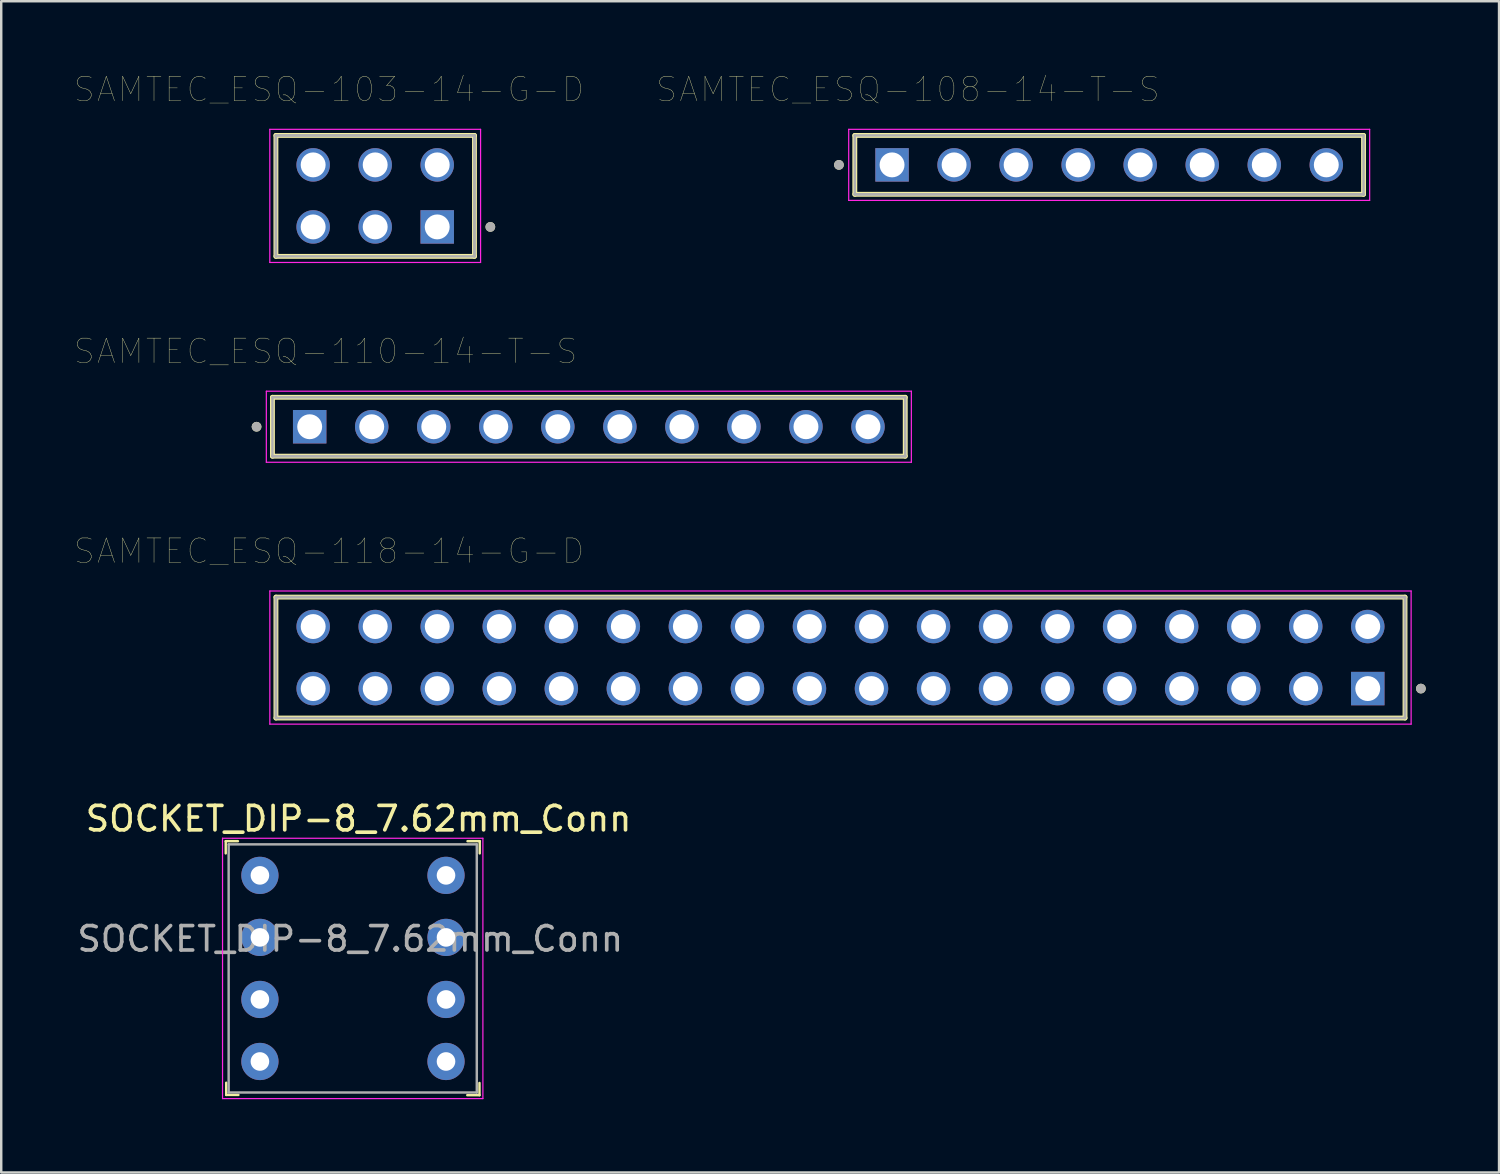
<source format=kicad_pcb>
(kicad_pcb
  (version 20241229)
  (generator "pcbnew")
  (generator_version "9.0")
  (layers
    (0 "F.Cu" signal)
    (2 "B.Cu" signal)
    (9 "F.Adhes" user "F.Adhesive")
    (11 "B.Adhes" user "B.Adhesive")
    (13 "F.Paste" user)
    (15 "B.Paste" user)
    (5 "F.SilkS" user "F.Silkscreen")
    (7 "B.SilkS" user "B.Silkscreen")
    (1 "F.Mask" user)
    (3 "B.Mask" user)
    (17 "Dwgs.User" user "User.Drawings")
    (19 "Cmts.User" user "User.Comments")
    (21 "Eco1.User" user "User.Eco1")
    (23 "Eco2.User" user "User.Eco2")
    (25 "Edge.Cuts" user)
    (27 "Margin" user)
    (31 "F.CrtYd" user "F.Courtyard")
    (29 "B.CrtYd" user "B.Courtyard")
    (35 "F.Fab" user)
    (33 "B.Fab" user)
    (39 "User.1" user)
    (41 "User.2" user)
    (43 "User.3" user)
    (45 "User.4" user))
  (footprint "SAMTEC_ESQ-108-14-T-S"
    (layer "F.Cu")
    (at 33.475 3.701)
    (property "Reference" "SAMTEC_ESQ-108-14-T-S" (at 0.65 -3.09 0) (layer "F.SilkS") (effects (font (size 1 1) (thickness 0.015))))
    (attr through_hole)
    (fp_line (start -1.525 1.205) (end -1.525 -1.205) (stroke (width 0.2) (type solid)) (layer "F.SilkS"))
    (fp_line (start 19.305 -1.205) (end -1.525 -1.205) (stroke (width 0.2) (type solid)) (layer "F.SilkS"))
    (fp_line (start 19.305 -1.205) (end 19.305 1.205) (stroke (width 0.2) (type solid)) (layer "F.SilkS"))
    (fp_line (start 19.305 1.205) (end -1.525 1.205) (stroke (width 0.2) (type solid)) (layer "F.SilkS"))
    (fp_circle (center -2.175 0) (end -2.075 0) (stroke (width 0.2) (type solid)) (fill no) (layer "F.SilkS"))
    (fp_line (start -1.775 -1.455) (end 19.555 -1.455) (stroke (width 0.05) (type solid)) (layer "F.CrtYd"))
    (fp_line (start -1.775 1.455) (end -1.775 -1.455) (stroke (width 0.05) (type solid)) (layer "F.CrtYd"))
    (fp_line (start 19.555 -1.455) (end 19.555 1.455) (stroke (width 0.05) (type solid)) (layer "F.CrtYd"))
    (fp_line (start 19.555 1.455) (end -1.775 1.455) (stroke (width 0.05) (type solid)) (layer "F.CrtYd"))
    (fp_line (start -1.525 -1.205) (end 19.305 -1.205) (stroke (width 0.1) (type solid)) (layer "F.Fab"))
    (fp_line (start -1.525 1.205) (end -1.525 -1.205) (stroke (width 0.1) (type solid)) (layer "F.Fab"))
    (fp_line (start -1.525 1.205) (end -1.525 1.205) (stroke (width 0.1) (type solid)) (layer "F.Fab"))
    (fp_line (start -1.525 1.205) (end 19.305 1.205) (stroke (width 0.1) (type solid)) (layer "F.Fab"))
    (fp_line (start 19.305 -1.205) (end 19.305 1.205) (stroke (width 0.1) (type solid)) (layer "F.Fab"))
    (fp_line (start 19.305 1.205) (end -1.525 1.205) (stroke (width 0.1) (type solid)) (layer "F.Fab"))
    (fp_line (start 19.305 1.205) (end 19.305 1.205) (stroke (width 0.1) (type solid)) (layer "F.Fab"))
    (fp_circle (center -2.175 0) (end -2.075 0) (stroke (width 0.2) (type solid)) (fill no) (layer "F.Fab"))
    (pad "01" thru_hole rect (at 0 0) (size 1.37 1.37) (drill 1.02) (layers "*.Cu" "*.Mask"))
    (pad "02" thru_hole circle (at 2.54 0) (size 1.37 1.37) (drill 1.02) (layers "*.Cu" "*.Mask"))
    (pad "03" thru_hole circle (at 5.08 0) (size 1.37 1.37) (drill 1.02) (layers "*.Cu" "*.Mask"))
    (pad "04" thru_hole circle (at 7.62 0) (size 1.37 1.37) (drill 1.02) (layers "*.Cu" "*.Mask"))
    (pad "05" thru_hole circle (at 10.16 0) (size 1.37 1.37) (drill 1.02) (layers "*.Cu" "*.Mask"))
    (pad "06" thru_hole circle (at 12.7 0) (size 1.37 1.37) (drill 1.02) (layers "*.Cu" "*.Mask"))
    (pad "07" thru_hole circle (at 15.24 0) (size 1.37 1.37) (drill 1.02) (layers "*.Cu" "*.Mask"))
    (pad "08" thru_hole circle (at 17.78 0) (size 1.37 1.37) (drill 1.02) (layers "*.Cu" "*.Mask")))
  (footprint "SAMTEC_ESQ-110-14-T-S"
    (layer "F.Cu")
    (at 9.63 14.423)
    (property "Reference" "SAMTEC_ESQ-110-14-T-S" (at 0.65 -3.09 0) (layer "F.SilkS") (effects (font (size 1 1) (thickness 0.015))))
    (attr through_hole)
    (fp_line (start -1.525 1.205) (end -1.525 -1.205) (stroke (width 0.2) (type solid)) (layer "F.SilkS"))
    (fp_line (start 24.385 -1.205) (end -1.525 -1.205) (stroke (width 0.2) (type solid)) (layer "F.SilkS"))
    (fp_line (start 24.385 -1.205) (end 24.385 1.205) (stroke (width 0.2) (type solid)) (layer "F.SilkS"))
    (fp_line (start 24.385 1.205) (end -1.525 1.205) (stroke (width 0.2) (type solid)) (layer "F.SilkS"))
    (fp_circle (center -2.175 0) (end -2.075 0) (stroke (width 0.2) (type solid)) (fill no) (layer "F.SilkS"))
    (fp_line (start -1.775 -1.455) (end 24.635 -1.455) (stroke (width 0.05) (type solid)) (layer "F.CrtYd"))
    (fp_line (start -1.775 1.455) (end -1.775 -1.455) (stroke (width 0.05) (type solid)) (layer "F.CrtYd"))
    (fp_line (start 24.635 -1.455) (end 24.635 1.455) (stroke (width 0.05) (type solid)) (layer "F.CrtYd"))
    (fp_line (start 24.635 1.455) (end -1.775 1.455) (stroke (width 0.05) (type solid)) (layer "F.CrtYd"))
    (fp_line (start -1.525 -1.205) (end 24.385 -1.205) (stroke (width 0.1) (type solid)) (layer "F.Fab"))
    (fp_line (start -1.525 1.205) (end -1.525 -1.205) (stroke (width 0.1) (type solid)) (layer "F.Fab"))
    (fp_line (start -1.525 1.205) (end -1.525 1.205) (stroke (width 0.1) (type solid)) (layer "F.Fab"))
    (fp_line (start -1.525 1.205) (end 24.385 1.205) (stroke (width 0.1) (type solid)) (layer "F.Fab"))
    (fp_line (start 24.385 -1.205) (end 24.385 1.205) (stroke (width 0.1) (type solid)) (layer "F.Fab"))
    (fp_line (start 24.385 1.205) (end -1.525 1.205) (stroke (width 0.1) (type solid)) (layer "F.Fab"))
    (fp_line (start 24.385 1.205) (end 24.385 1.205) (stroke (width 0.1) (type solid)) (layer "F.Fab"))
    (fp_circle (center -2.175 0) (end -2.075 0) (stroke (width 0.2) (type solid)) (fill no) (layer "F.Fab"))
    (pad "01" thru_hole rect (at 0 0) (size 1.37 1.37) (drill 1.02) (layers "*.Cu" "*.Mask"))
    (pad "02" thru_hole circle (at 2.54 0) (size 1.37 1.37) (drill 1.02) (layers "*.Cu" "*.Mask"))
    (pad "03" thru_hole circle (at 5.08 0) (size 1.37 1.37) (drill 1.02) (layers "*.Cu" "*.Mask"))
    (pad "04" thru_hole circle (at 7.62 0) (size 1.37 1.37) (drill 1.02) (layers "*.Cu" "*.Mask"))
    (pad "05" thru_hole circle (at 10.16 0) (size 1.37 1.37) (drill 1.02) (layers "*.Cu" "*.Mask"))
    (pad "06" thru_hole circle (at 12.7 0) (size 1.37 1.37) (drill 1.02) (layers "*.Cu" "*.Mask"))
    (pad "07" thru_hole circle (at 15.24 0) (size 1.37 1.37) (drill 1.02) (layers "*.Cu" "*.Mask"))
    (pad "08" thru_hole circle (at 17.78 0) (size 1.37 1.37) (drill 1.02) (layers "*.Cu" "*.Mask"))
    (pad "09" thru_hole circle (at 20.32 0) (size 1.37 1.37) (drill 1.02) (layers "*.Cu" "*.Mask"))
    (pad "10" thru_hole circle (at 22.86 0) (size 1.37 1.37) (drill 1.02) (layers "*.Cu" "*.Mask")))
  (footprint "SOCKET_DIP-8_7.62mm_Conn"
    (layer "F.Cu")
    (at 7.592 32.792)
    (property "Reference" "SOCKET_DIP-8_7.62mm_Conn" (at 4.04 -2.32 0) (layer "F.SilkS") (effects (font (size 1 1) (thickness 0.15))))
    (attr through_hole)
    (fp_line (start -1.4 -1.4) (end -1.4 -0.9) (stroke (width 0.1) (type solid)) (layer "F.SilkS"))
    (fp_line (start -1.4 -1.4) (end -0.9 -1.4) (stroke (width 0.1) (type solid)) (layer "F.SilkS"))
    (fp_line (start -1.38 8.99) (end -1.38 8.49) (stroke (width 0.1) (type solid)) (layer "F.SilkS"))
    (fp_line (start -1.38 8.99) (end -0.88 8.99) (stroke (width 0.1) (type solid)) (layer "F.SilkS"))
    (fp_line (start 8.99 9) (end 8.49 9) (stroke (width 0.1) (type solid)) (layer "F.SilkS"))
    (fp_line (start 8.99 9) (end 8.99 8.5) (stroke (width 0.1) (type solid)) (layer "F.SilkS"))
    (fp_line (start 9 -1.4) (end 8.5 -1.4) (stroke (width 0.1) (type solid)) (layer "F.SilkS"))
    (fp_line (start 9 -1.4) (end 9 -0.9) (stroke (width 0.1) (type solid)) (layer "F.SilkS"))
    (fp_line (start -1.53 -1.52) (end -1.53 9.14) (stroke (width 0.05) (type solid)) (layer "F.CrtYd"))
    (fp_line (start 9.13 -1.52) (end -1.53 -1.52) (stroke (width 0.05) (type solid)) (layer "F.CrtYd"))
    (fp_line (start 9.13 -1.52) (end 9.13 9.14) (stroke (width 0.05) (type solid)) (layer "F.CrtYd"))
    (fp_line (start 9.13 9.14) (end -1.53 9.14) (stroke (width 0.05) (type solid)) (layer "F.CrtYd"))
    (fp_line (start -1.28 -1.27) (end -1.28 8.89) (stroke (width 0.1) (type solid)) (layer "F.Fab"))
    (fp_line (start -1.28 -1.27) (end 8.88 -1.27) (stroke (width 0.1) (type solid)) (layer "F.Fab"))
    (fp_line (start -1.28 8.89) (end 8.88 8.89) (stroke (width 0.1) (type solid)) (layer "F.Fab"))
    (fp_line (start 8.88 -1.27) (end 8.88 8.89) (stroke (width 0.1) (type solid)) (layer "F.Fab"))
    (fp_text user "${REFERENCE}" (at 3.7 2.6 0) (layer "F.Fab") (effects (font (size 1 1) (thickness 0.15))))
    (pad "1" thru_hole circle (at 0 0) (size 1.524 1.524) (drill 0.762) (layers "*.Cu" "*.Mask"))
    (pad "2" thru_hole circle (at 0 2.54) (size 1.524 1.524) (drill 0.762) (layers "*.Cu" "*.Mask"))
    (pad "3" thru_hole circle (at 0 5.08) (size 1.524 1.524) (drill 0.762) (layers "*.Cu" "*.Mask"))
    (pad "4" thru_hole circle (at 0 7.62) (size 1.524 1.524) (drill 0.762) (layers "*.Cu" "*.Mask"))
    (pad "5" thru_hole circle (at 7.62 7.62) (size 1.524 1.524) (drill 0.762) (layers "*.Cu" "*.Mask"))
    (pad "6" thru_hole circle (at 7.62 5.08) (size 1.524 1.524) (drill 0.762) (layers "*.Cu" "*.Mask"))
    (pad "7" thru_hole circle (at 7.62 2.54) (size 1.524 1.524) (drill 0.762) (layers "*.Cu" "*.Mask"))
    (pad "8" thru_hole circle (at 7.62 0) (size 1.524 1.524) (drill 0.762) (layers "*.Cu" "*.Mask")))
  (footprint "SAMTEC_ESQ-103-14-G-D"
    (layer "F.Cu")
    (at 14.852 6.241)
    (property "Reference" "SAMTEC_ESQ-103-14-G-D" (at -4.43 -5.63 0) (layer "F.SilkS") (effects (font (size 1 1) (thickness 0.015))))
    (attr through_hole)
    (fp_line (start -6.605 1.205) (end -6.605 -3.745) (stroke (width 0.2) (type solid)) (layer "F.SilkS"))
    (fp_line (start 1.525 -3.745) (end -6.605 -3.745) (stroke (width 0.2) (type solid)) (layer "F.SilkS"))
    (fp_line (start 1.525 -3.745) (end 1.525 1.205) (stroke (width 0.2) (type solid)) (layer "F.SilkS"))
    (fp_line (start 1.525 1.205) (end -6.605 1.205) (stroke (width 0.2) (type solid)) (layer "F.SilkS"))
    (fp_circle (center 2.175 0) (end 2.275 0) (stroke (width 0.2) (type solid)) (fill no) (layer "F.SilkS"))
    (fp_line (start -6.855 -3.995) (end 1.775 -3.995) (stroke (width 0.05) (type solid)) (layer "F.CrtYd"))
    (fp_line (start -6.855 1.455) (end -6.855 -3.995) (stroke (width 0.05) (type solid)) (layer "F.CrtYd"))
    (fp_line (start 1.775 -3.995) (end 1.775 1.455) (stroke (width 0.05) (type solid)) (layer "F.CrtYd"))
    (fp_line (start 1.775 1.455) (end -6.855 1.455) (stroke (width 0.05) (type solid)) (layer "F.CrtYd"))
    (fp_line (start -6.605 -3.745) (end 1.525 -3.745) (stroke (width 0.1) (type solid)) (layer "F.Fab"))
    (fp_line (start -6.605 -3.745) (end 1.525 -3.745) (stroke (width 0.1) (type solid)) (layer "F.Fab"))
    (fp_line (start -6.605 1.205) (end -6.605 -3.745) (stroke (width 0.1) (type solid)) (layer "F.Fab"))
    (fp_line (start -6.605 1.205) (end -6.605 -3.745) (stroke (width 0.1) (type solid)) (layer "F.Fab"))
    (fp_line (start 1.525 -3.745) (end 1.525 1.205) (stroke (width 0.1) (type solid)) (layer "F.Fab"))
    (fp_line (start 1.525 -3.745) (end 1.525 1.205) (stroke (width 0.1) (type solid)) (layer "F.Fab"))
    (fp_line (start 1.525 1.205) (end -6.605 1.205) (stroke (width 0.1) (type solid)) (layer "F.Fab"))
    (fp_circle (center 2.175 0) (end 2.275 0) (stroke (width 0.2) (type solid)) (fill no) (layer "F.Fab"))
    (pad "01" thru_hole rect (at 0 0) (size 1.37 1.37) (drill 1.02) (layers "*.Cu" "*.Mask"))
    (pad "02" thru_hole circle (at 0 -2.54) (size 1.37 1.37) (drill 1.02) (layers "*.Cu" "*.Mask"))
    (pad "03" thru_hole circle (at -2.54 0) (size 1.37 1.37) (drill 1.02) (layers "*.Cu" "*.Mask"))
    (pad "04" thru_hole circle (at -2.54 -2.54) (size 1.37 1.37) (drill 1.02) (layers "*.Cu" "*.Mask"))
    (pad "05" thru_hole circle (at -5.08 0) (size 1.37 1.37) (drill 1.02) (layers "*.Cu" "*.Mask"))
    (pad "06" thru_hole circle (at -5.08 -2.54) (size 1.37 1.37) (drill 1.02) (layers "*.Cu" "*.Mask")))
  (footprint "SAMTEC_ESQ-118-14-G-D"
    (layer "F.Cu")
    (at 52.953 25.144)
    (property "Reference" "SAMTEC_ESQ-118-14-G-D" (at -42.53 -5.63 0) (layer "F.SilkS") (effects (font (size 1 1) (thickness 0.015))))
    (attr through_hole)
    (fp_line (start -44.705 1.205) (end -44.705 -3.745) (stroke (width 0.2) (type solid)) (layer "F.SilkS"))
    (fp_line (start 1.525 -3.745) (end -44.705 -3.745) (stroke (width 0.2) (type solid)) (layer "F.SilkS"))
    (fp_line (start 1.525 -3.745) (end 1.525 1.205) (stroke (width 0.2) (type solid)) (layer "F.SilkS"))
    (fp_line (start 1.525 1.205) (end -44.705 1.205) (stroke (width 0.2) (type solid)) (layer "F.SilkS"))
    (fp_circle (center 2.175 0) (end 2.275 0) (stroke (width 0.2) (type solid)) (fill no) (layer "F.SilkS"))
    (fp_line (start -44.955 -3.995) (end 1.775 -3.995) (stroke (width 0.05) (type solid)) (layer "F.CrtYd"))
    (fp_line (start -44.955 1.455) (end -44.955 -3.995) (stroke (width 0.05) (type solid)) (layer "F.CrtYd"))
    (fp_line (start 1.775 -3.995) (end 1.775 1.455) (stroke (width 0.05) (type solid)) (layer "F.CrtYd"))
    (fp_line (start 1.775 1.455) (end -44.955 1.455) (stroke (width 0.05) (type solid)) (layer "F.CrtYd"))
    (fp_line (start -44.705 -3.745) (end 1.525 -3.745) (stroke (width 0.1) (type solid)) (layer "F.Fab"))
    (fp_line (start -44.705 -3.745) (end 1.525 -3.745) (stroke (width 0.1) (type solid)) (layer "F.Fab"))
    (fp_line (start -44.705 1.205) (end -44.705 -3.745) (stroke (width 0.1) (type solid)) (layer "F.Fab"))
    (fp_line (start -44.705 1.205) (end -44.705 -3.745) (stroke (width 0.1) (type solid)) (layer "F.Fab"))
    (fp_line (start 1.525 -3.745) (end 1.525 1.205) (stroke (width 0.1) (type solid)) (layer "F.Fab"))
    (fp_line (start 1.525 -3.745) (end 1.525 1.205) (stroke (width 0.1) (type solid)) (layer "F.Fab"))
    (fp_line (start 1.525 1.205) (end -44.705 1.205) (stroke (width 0.1) (type solid)) (layer "F.Fab"))
    (fp_circle (center 2.175 0) (end 2.275 0) (stroke (width 0.2) (type solid)) (fill no) (layer "F.Fab"))
    (pad "01" thru_hole rect (at 0 0) (size 1.37 1.37) (drill 1.02) (layers "*.Cu" "*.Mask"))
    (pad "02" thru_hole circle (at 0 -2.54) (size 1.37 1.37) (drill 1.02) (layers "*.Cu" "*.Mask"))
    (pad "03" thru_hole circle (at -2.54 0) (size 1.37 1.37) (drill 1.02) (layers "*.Cu" "*.Mask"))
    (pad "04" thru_hole circle (at -2.54 -2.54) (size 1.37 1.37) (drill 1.02) (layers "*.Cu" "*.Mask"))
    (pad "05" thru_hole circle (at -5.08 0) (size 1.37 1.37) (drill 1.02) (layers "*.Cu" "*.Mask"))
    (pad "06" thru_hole circle (at -5.08 -2.54) (size 1.37 1.37) (drill 1.02) (layers "*.Cu" "*.Mask"))
    (pad "07" thru_hole circle (at -7.62 0) (size 1.37 1.37) (drill 1.02) (layers "*.Cu" "*.Mask"))
    (pad "08" thru_hole circle (at -7.62 -2.54) (size 1.37 1.37) (drill 1.02) (layers "*.Cu" "*.Mask"))
    (pad "09" thru_hole circle (at -10.16 0) (size 1.37 1.37) (drill 1.02) (layers "*.Cu" "*.Mask"))
    (pad "10" thru_hole circle (at -10.16 -2.54) (size 1.37 1.37) (drill 1.02) (layers "*.Cu" "*.Mask"))
    (pad "11" thru_hole circle (at -12.7 0) (size 1.37 1.37) (drill 1.02) (layers "*.Cu" "*.Mask"))
    (pad "12" thru_hole circle (at -12.7 -2.54) (size 1.37 1.37) (drill 1.02) (layers "*.Cu" "*.Mask"))
    (pad "13" thru_hole circle (at -15.24 0) (size 1.37 1.37) (drill 1.02) (layers "*.Cu" "*.Mask"))
    (pad "14" thru_hole circle (at -15.24 -2.54) (size 1.37 1.37) (drill 1.02) (layers "*.Cu" "*.Mask"))
    (pad "15" thru_hole circle (at -17.78 0) (size 1.37 1.37) (drill 1.02) (layers "*.Cu" "*.Mask"))
    (pad "16" thru_hole circle (at -17.78 -2.54) (size 1.37 1.37) (drill 1.02) (layers "*.Cu" "*.Mask"))
    (pad "17" thru_hole circle (at -20.32 0) (size 1.37 1.37) (drill 1.02) (layers "*.Cu" "*.Mask"))
    (pad "18" thru_hole circle (at -20.32 -2.54) (size 1.37 1.37) (drill 1.02) (layers "*.Cu" "*.Mask"))
    (pad "19" thru_hole circle (at -22.86 0) (size 1.37 1.37) (drill 1.02) (layers "*.Cu" "*.Mask"))
    (pad "20" thru_hole circle (at -22.86 -2.54) (size 1.37 1.37) (drill 1.02) (layers "*.Cu" "*.Mask"))
    (pad "21" thru_hole circle (at -25.4 0) (size 1.37 1.37) (drill 1.02) (layers "*.Cu" "*.Mask"))
    (pad "22" thru_hole circle (at -25.4 -2.54) (size 1.37 1.37) (drill 1.02) (layers "*.Cu" "*.Mask"))
    (pad "23" thru_hole circle (at -27.94 0) (size 1.37 1.37) (drill 1.02) (layers "*.Cu" "*.Mask"))
    (pad "24" thru_hole circle (at -27.94 -2.54) (size 1.37 1.37) (drill 1.02) (layers "*.Cu" "*.Mask"))
    (pad "25" thru_hole circle (at -30.48 0) (size 1.37 1.37) (drill 1.02) (layers "*.Cu" "*.Mask"))
    (pad "26" thru_hole circle (at -30.48 -2.54) (size 1.37 1.37) (drill 1.02) (layers "*.Cu" "*.Mask"))
    (pad "27" thru_hole circle (at -33.02 0) (size 1.37 1.37) (drill 1.02) (layers "*.Cu" "*.Mask"))
    (pad "28" thru_hole circle (at -33.02 -2.54) (size 1.37 1.37) (drill 1.02) (layers "*.Cu" "*.Mask"))
    (pad "29" thru_hole circle (at -35.56 0) (size 1.37 1.37) (drill 1.02) (layers "*.Cu" "*.Mask"))
    (pad "30" thru_hole circle (at -35.56 -2.54) (size 1.37 1.37) (drill 1.02) (layers "*.Cu" "*.Mask"))
    (pad "31" thru_hole circle (at -38.1 0) (size 1.37 1.37) (drill 1.02) (layers "*.Cu" "*.Mask"))
    (pad "32" thru_hole circle (at -38.1 -2.54) (size 1.37 1.37) (drill 1.02) (layers "*.Cu" "*.Mask"))
    (pad "33" thru_hole circle (at -40.64 0) (size 1.37 1.37) (drill 1.02) (layers "*.Cu" "*.Mask"))
    (pad "34" thru_hole circle (at -40.64 -2.54) (size 1.37 1.37) (drill 1.02) (layers "*.Cu" "*.Mask"))
    (pad "35" thru_hole circle (at -43.18 0) (size 1.37 1.37) (drill 1.02) (layers "*.Cu" "*.Mask"))
    (pad "36" thru_hole circle (at -43.18 -2.54) (size 1.37 1.37) (drill 1.02) (layers "*.Cu" "*.Mask")))
  (gr_rect
    (start -3 -3)
    (end 58.328 44.957)
    (stroke (width 0.1) (type default))
    (fill no)
    (layer "Edge.Cuts")))
</source>
